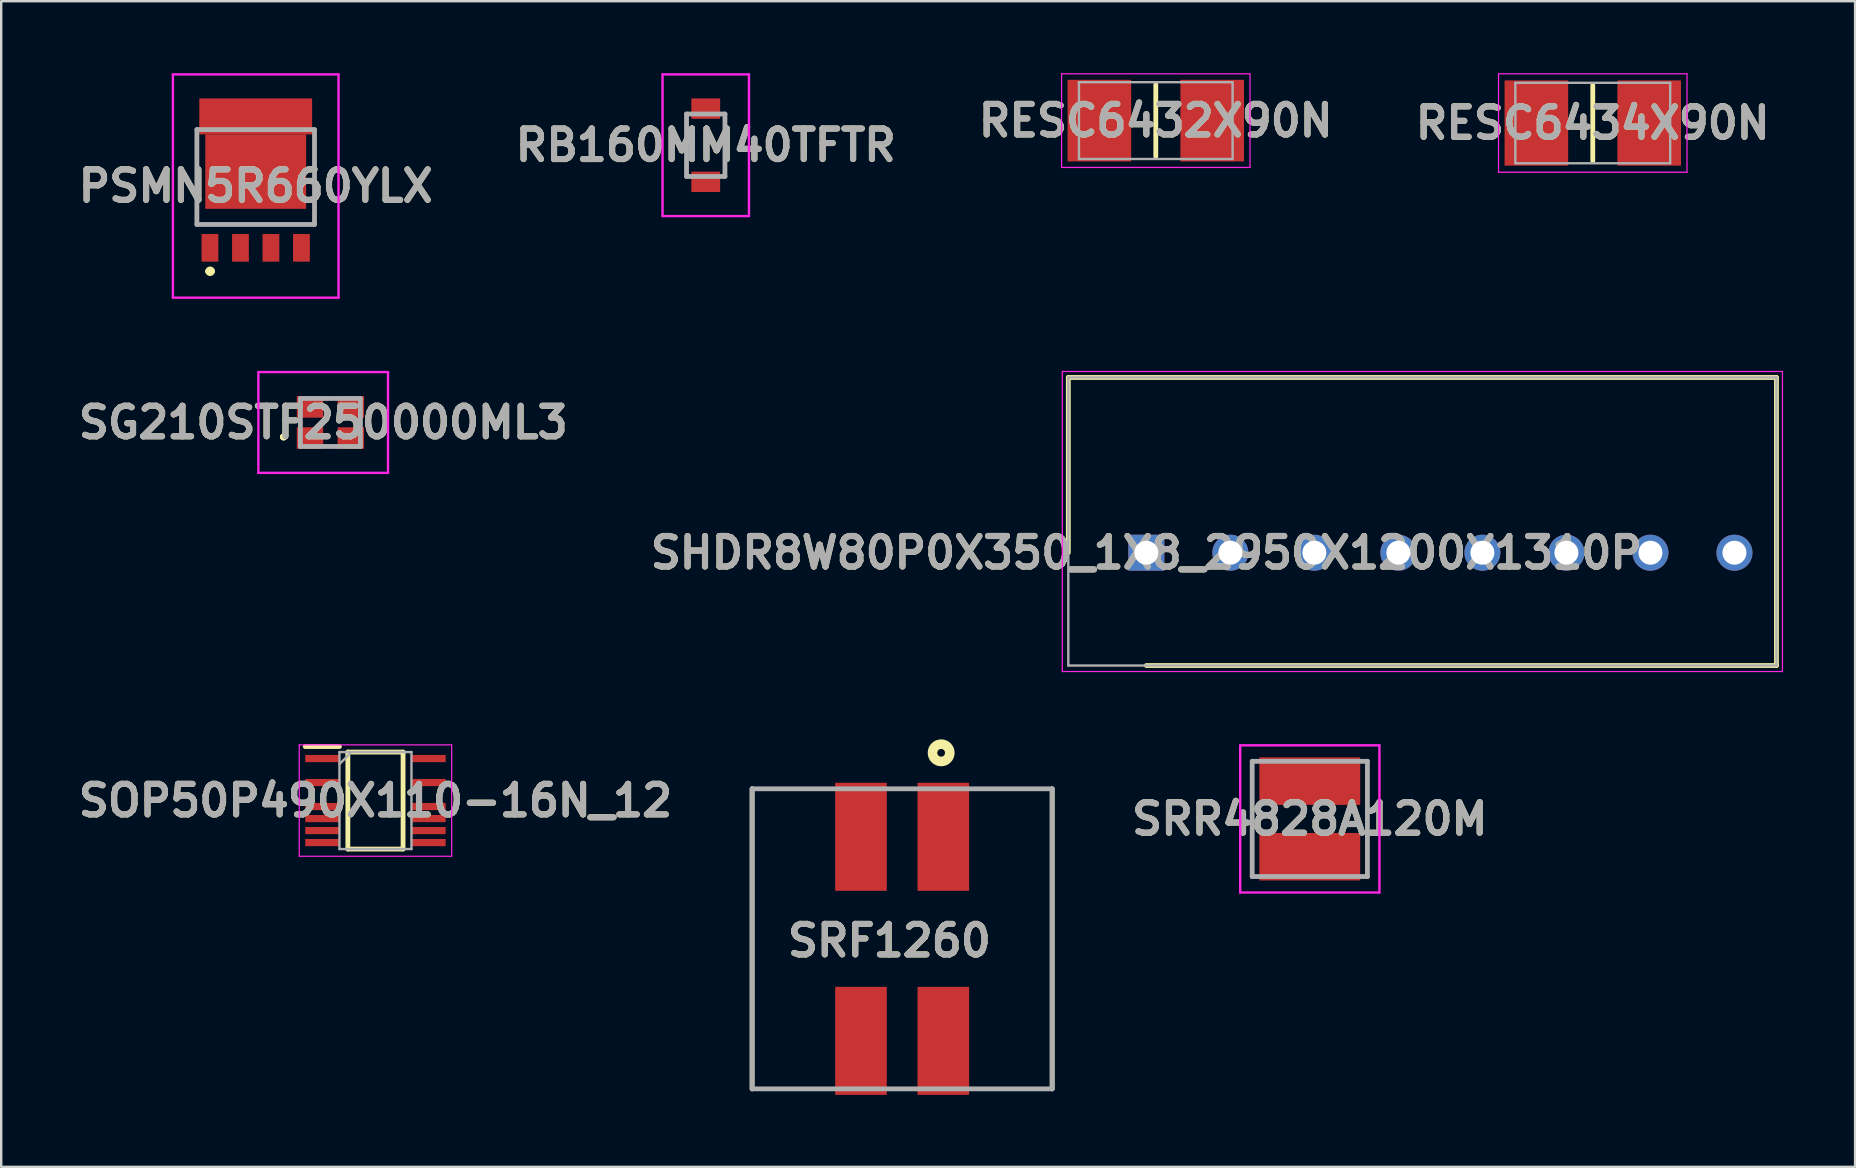
<source format=kicad_pcb>
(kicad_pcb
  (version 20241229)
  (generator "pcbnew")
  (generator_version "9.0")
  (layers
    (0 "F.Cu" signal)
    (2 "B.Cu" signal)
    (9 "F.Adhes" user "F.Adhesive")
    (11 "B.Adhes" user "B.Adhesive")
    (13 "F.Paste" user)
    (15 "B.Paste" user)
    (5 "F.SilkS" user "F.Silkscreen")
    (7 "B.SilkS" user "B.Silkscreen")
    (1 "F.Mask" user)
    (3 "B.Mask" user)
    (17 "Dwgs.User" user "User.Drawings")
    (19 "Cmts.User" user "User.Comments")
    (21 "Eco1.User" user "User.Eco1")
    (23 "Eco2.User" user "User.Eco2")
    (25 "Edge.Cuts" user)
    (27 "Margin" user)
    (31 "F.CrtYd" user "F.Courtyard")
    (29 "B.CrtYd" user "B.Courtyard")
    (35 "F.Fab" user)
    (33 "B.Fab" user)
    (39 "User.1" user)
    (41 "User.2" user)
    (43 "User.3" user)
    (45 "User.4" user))
  (footprint "SRF1260"
    (layer "F.Cu")
    (at 34.532 36.06)
    (property "Reference" "SRF1260" (at -0.532 0.074 0) (layer "F.SilkS") (effects (font (size 1.27 1.27) (thickness 0.254))))
    (attr smd)
    (fp_line (start -6.25 -6.25) (end -6.25 6.25) (stroke (width 0.2) (type solid)) (layer "F.SilkS"))
    (fp_line (start 6.25 -6.25) (end 6.25 6.25) (stroke (width 0.2) (type solid)) (layer "F.SilkS"))
    (fp_circle (center 1.625 -7.749) (end 1.625 -7.588) (stroke (width 0.4) (type solid)) (fill no) (layer "F.SilkS"))
    (fp_line (start -6.25 -6.25) (end 6.25 -6.25) (stroke (width 0.2) (type solid)) (layer "F.Fab"))
    (fp_line (start -6.25 6.25) (end -6.25 -6.25) (stroke (width 0.2) (type solid)) (layer "F.Fab"))
    (fp_line (start 6.25 -6.25) (end 6.25 6.25) (stroke (width 0.2) (type solid)) (layer "F.Fab"))
    (fp_line (start 6.25 6.25) (end -6.25 6.25) (stroke (width 0.2) (type solid)) (layer "F.Fab"))
    (fp_text user "${REFERENCE}" (at -0.532 0.074 0) (layer "F.Fab") (effects (font (size 1.27 1.27) (thickness 0.254))))
    (pad "1" smd rect (at 1.715 -4.25) (size 2.15 4.5) (layers "F.Cu" "F.Mask" "F.Paste"))
    (pad "2" smd rect (at -1.715 -4.25) (size 2.15 4.5) (layers "F.Cu" "F.Mask" "F.Paste"))
    (pad "3" smd rect (at -1.715 4.25) (size 2.15 4.5) (layers "F.Cu" "F.Mask" "F.Paste"))
    (pad "4" smd rect (at 1.715 4.25) (size 2.15 4.5) (layers "F.Cu" "F.Mask" "F.Paste")))
  (footprint "SOP50P490X110-16N_12"
    (layer "F.Cu")
    (at 12.591 30.3)
    (property "Reference" "SOP50P490X110-16N_12" (at 0 0 0) (layer "F.SilkS") (effects (font (size 1.27 1.27) (thickness 0.254))))
    (attr smd)
    (fp_line (start -2.925 -2.25) (end -1.5 -2.25) (stroke (width 0.2) (type solid)) (layer "F.SilkS"))
    (fp_line (start -1.15 -2.02) (end 1.15 -2.02) (stroke (width 0.2) (type solid)) (layer "F.SilkS"))
    (fp_line (start -1.15 2.02) (end -1.15 -2.02) (stroke (width 0.2) (type solid)) (layer "F.SilkS"))
    (fp_line (start 1.15 -2.02) (end 1.15 2.02) (stroke (width 0.2) (type solid)) (layer "F.SilkS"))
    (fp_line (start 1.15 2.02) (end -1.15 2.02) (stroke (width 0.2) (type solid)) (layer "F.SilkS"))
    (fp_line (start -3.175 -2.32) (end 3.175 -2.32) (stroke (width 0.05) (type solid)) (layer "F.CrtYd"))
    (fp_line (start -3.175 2.32) (end -3.175 -2.32) (stroke (width 0.05) (type solid)) (layer "F.CrtYd"))
    (fp_line (start 3.175 -2.32) (end 3.175 2.32) (stroke (width 0.05) (type solid)) (layer "F.CrtYd"))
    (fp_line (start 3.175 2.32) (end -3.175 2.32) (stroke (width 0.05) (type solid)) (layer "F.CrtYd"))
    (fp_line (start -1.5 -2.02) (end 1.5 -2.02) (stroke (width 0.1) (type solid)) (layer "F.Fab"))
    (fp_line (start -1.5 -1.52) (end -1 -2.02) (stroke (width 0.1) (type solid)) (layer "F.Fab"))
    (fp_line (start -1.5 2.02) (end -1.5 -2.02) (stroke (width 0.1) (type solid)) (layer "F.Fab"))
    (fp_line (start 1.5 -2.02) (end 1.5 2.02) (stroke (width 0.1) (type solid)) (layer "F.Fab"))
    (fp_line (start 1.5 2.02) (end -1.5 2.02) (stroke (width 0.1) (type solid)) (layer "F.Fab"))
    (fp_text user "${REFERENCE}" (at 0 0 0) (layer "F.Fab") (effects (font (size 1.27 1.27) (thickness 0.254))))
    (pad "1" smd rect (at -2.212 -1.75 90) (size 0.3 1.425) (layers "F.Cu" "F.Mask" "F.Paste"))
    (pad "3" smd rect (at -2.212 -0.75 90) (size 0.3 1.425) (layers "F.Cu" "F.Mask" "F.Paste"))
    (pad "5" smd rect (at -2.212 0.25 90) (size 0.3 1.425) (layers "F.Cu" "F.Mask" "F.Paste"))
    (pad "6" smd rect (at -2.212 0.75 90) (size 0.3 1.425) (layers "F.Cu" "F.Mask" "F.Paste"))
    (pad "7" smd rect (at -2.212 1.25 90) (size 0.3 1.425) (layers "F.Cu" "F.Mask" "F.Paste"))
    (pad "8" smd rect (at -2.212 1.75 90) (size 0.3 1.425) (layers "F.Cu" "F.Mask" "F.Paste"))
    (pad "9" smd rect (at 2.212 1.75 90) (size 0.3 1.425) (layers "F.Cu" "F.Mask" "F.Paste"))
    (pad "10" smd rect (at 2.212 1.25 90) (size 0.3 1.425) (layers "F.Cu" "F.Mask" "F.Paste"))
    (pad "11" smd rect (at 2.212 0.75 90) (size 0.3 1.425) (layers "F.Cu" "F.Mask" "F.Paste"))
    (pad "12" smd rect (at 2.212 0.25 90) (size 0.3 1.425) (layers "F.Cu" "F.Mask" "F.Paste"))
    (pad "14" smd rect (at 2.212 -0.75 90) (size 0.3 1.425) (layers "F.Cu" "F.Mask" "F.Paste"))
    (pad "16" smd rect (at 2.212 -1.75 90) (size 0.3 1.425) (layers "F.Cu" "F.Mask" "F.Paste")))
  (footprint "RESC6432X90N"
    (layer "F.Cu")
    (at 45.098 1.975)
    (property "Reference" "RESC6432X90N" (at 0 0 0) (layer "F.SilkS") (effects (font (size 1.27 1.27) (thickness 0.254))))
    (attr smd)
    (fp_line (start 0 -1.5) (end 0 1.5) (stroke (width 0.2) (type solid)) (layer "F.SilkS"))
    (fp_line (start -3.925 -1.95) (end 3.925 -1.95) (stroke (width 0.05) (type solid)) (layer "F.CrtYd"))
    (fp_line (start -3.925 1.95) (end -3.925 -1.95) (stroke (width 0.05) (type solid)) (layer "F.CrtYd"))
    (fp_line (start 3.925 -1.95) (end 3.925 1.95) (stroke (width 0.05) (type solid)) (layer "F.CrtYd"))
    (fp_line (start 3.925 1.95) (end -3.925 1.95) (stroke (width 0.05) (type solid)) (layer "F.CrtYd"))
    (fp_line (start -3.2 -1.6) (end 3.2 -1.6) (stroke (width 0.1) (type solid)) (layer "F.Fab"))
    (fp_line (start -3.2 1.6) (end -3.2 -1.6) (stroke (width 0.1) (type solid)) (layer "F.Fab"))
    (fp_line (start 3.2 -1.6) (end 3.2 1.6) (stroke (width 0.1) (type solid)) (layer "F.Fab"))
    (fp_line (start 3.2 1.6) (end -3.2 1.6) (stroke (width 0.1) (type solid)) (layer "F.Fab"))
    (fp_text user "${REFERENCE}" (at 0 0 0) (layer "F.Fab") (effects (font (size 1.27 1.27) (thickness 0.254))))
    (pad "1" smd rect (at -2.35 0) (size 2.65 3.4) (layers "F.Cu" "F.Mask" "F.Paste"))
    (pad "2" smd rect (at 2.35 0) (size 2.65 3.4) (layers "F.Cu" "F.Mask" "F.Paste")))
  (footprint "PSMN5R660YLX"
    (layer "F.Cu")
    (at 7.602 2.35)
    (property "Reference" "PSMN5R660YLX" (at 0 2.35 0) (layer "F.SilkS") (effects (font (size 1.27 1.27) (thickness 0.254))))
    (attr smd)
    (fp_line (start -2.45 0.5) (end -2.45 3.95) (stroke (width 0.1) (type solid)) (layer "F.SilkS"))
    (fp_line (start -2.45 3.95) (end 2.45 3.95) (stroke (width 0.1) (type solid)) (layer "F.SilkS"))
    (fp_line (start -2 5.9) (end -2 5.9) (stroke (width 0.2) (type solid)) (layer "F.SilkS"))
    (fp_line (start -1.8 5.9) (end -1.8 5.9) (stroke (width 0.2) (type solid)) (layer "F.SilkS"))
    (fp_line (start 2.45 3.95) (end 2.45 0.5) (stroke (width 0.1) (type solid)) (layer "F.SilkS"))
    (fp_arc (start -2 5.9) (mid -1.9 5.8) (end -1.8 5.9) (stroke (width 0.2) (type solid)) (layer "F.SilkS"))
    (fp_arc (start -1.8 5.9) (mid -1.9 6) (end -2 5.9) (stroke (width 0.2) (type solid)) (layer "F.SilkS"))
    (fp_line (start -3.45 -2.3) (end 3.45 -2.3) (stroke (width 0.1) (type solid)) (layer "F.CrtYd"))
    (fp_line (start -3.45 7) (end -3.45 -2.3) (stroke (width 0.1) (type solid)) (layer "F.CrtYd"))
    (fp_line (start 3.45 -2.3) (end 3.45 7) (stroke (width 0.1) (type solid)) (layer "F.CrtYd"))
    (fp_line (start 3.45 7) (end -3.45 7) (stroke (width 0.1) (type solid)) (layer "F.CrtYd"))
    (fp_line (start -2.45 0) (end 2.45 0) (stroke (width 0.2) (type solid)) (layer "F.Fab"))
    (fp_line (start -2.45 3.95) (end -2.45 0) (stroke (width 0.2) (type solid)) (layer "F.Fab"))
    (fp_line (start 2.45 0) (end 2.45 3.95) (stroke (width 0.2) (type solid)) (layer "F.Fab"))
    (fp_line (start 2.45 3.95) (end -2.45 3.95) (stroke (width 0.2) (type solid)) (layer "F.Fab"))
    (fp_text user "${REFERENCE}" (at 0 2.35 0) (layer "F.Fab") (effects (font (size 1.27 1.27) (thickness 0.254))))
    (pad "1" smd rect (at -1.905 4.925) (size 0.7 1.15) (layers "F.Cu" "F.Mask" "F.Paste"))
    (pad "2" smd rect (at -0.635 4.925) (size 0.7 1.15) (layers "F.Cu" "F.Mask" "F.Paste"))
    (pad "3" smd rect (at 0.635 4.925) (size 0.7 1.15) (layers "F.Cu" "F.Mask" "F.Paste"))
    (pad "4" smd rect (at 1.905 4.925) (size 0.7 1.15) (layers "F.Cu" "F.Mask" "F.Paste"))
    (pad "5" smd rect (at 0 1.75 90) (size 3.1 4.2) (layers "F.Cu" "F.Mask" "F.Paste"))
    (pad "6" smd rect (at 0 -0.55 90) (size 1.5 4.7) (layers "F.Cu" "F.Mask" "F.Paste")))
  (footprint "SRR4828A120M"
    (layer "F.Cu")
    (at 51.514 31.065)
    (property "Reference" "SRR4828A120M" (at 0 0 0) (layer "F.SilkS") (effects (font (size 1.27 1.27) (thickness 0.254))))
    (attr smd)
    (fp_line (start -2.4 -0.2) (end -2.4 0.2) (stroke (width 0.1) (type solid)) (layer "F.SilkS"))
    (fp_line (start 2.4 -0.2) (end 2.4 0.2) (stroke (width 0.1) (type solid)) (layer "F.SilkS"))
    (fp_line (start -2.9 -3.065) (end 2.9 -3.065) (stroke (width 0.1) (type solid)) (layer "F.CrtYd"))
    (fp_line (start -2.9 3.065) (end -2.9 -3.065) (stroke (width 0.1) (type solid)) (layer "F.CrtYd"))
    (fp_line (start 2.9 -3.065) (end 2.9 3.065) (stroke (width 0.1) (type solid)) (layer "F.CrtYd"))
    (fp_line (start 2.9 3.065) (end -2.9 3.065) (stroke (width 0.1) (type solid)) (layer "F.CrtYd"))
    (fp_line (start -2.4 -2.4) (end 2.4 -2.4) (stroke (width 0.2) (type solid)) (layer "F.Fab"))
    (fp_line (start -2.4 2.4) (end -2.4 -2.4) (stroke (width 0.2) (type solid)) (layer "F.Fab"))
    (fp_line (start 2.4 -2.4) (end 2.4 2.4) (stroke (width 0.2) (type solid)) (layer "F.Fab"))
    (fp_line (start 2.4 2.4) (end -2.4 2.4) (stroke (width 0.2) (type solid)) (layer "F.Fab"))
    (fp_text user "${REFERENCE}" (at 0 0 0) (layer "F.Fab") (effects (font (size 1.27 1.27) (thickness 0.254))))
    (pad "1" smd rect (at 0 -1.575 90) (size 1.98 4.2) (layers "F.Cu" "F.Mask" "F.Paste"))
    (pad "2" smd rect (at 0 1.575 90) (size 1.98 4.2) (layers "F.Cu" "F.Mask" "F.Paste")))
  (footprint "SHDR8W80P0X350_1X8_2950X1200X1310P"
    (layer "F.Cu")
    (at 44.704 19.975)
    (property "Reference" "SHDR8W80P0X350_1X8_2950X1200X1310P" (at 0 0 0) (layer "F.SilkS") (effects (font (size 1.27 1.27) (thickness 0.254))))
    (attr through_hole)
    (fp_line (start -3.25 -7.3) (end -3.25 0) (stroke (width 0.2) (type solid)) (layer "F.SilkS"))
    (fp_line (start 0 4.7) (end 26.25 4.7) (stroke (width 0.2) (type solid)) (layer "F.SilkS"))
    (fp_line (start 26.25 -7.3) (end -3.25 -7.3) (stroke (width 0.2) (type solid)) (layer "F.SilkS"))
    (fp_line (start 26.25 4.7) (end 26.25 -7.3) (stroke (width 0.2) (type solid)) (layer "F.SilkS"))
    (fp_line (start -3.5 -7.55) (end 26.5 -7.55) (stroke (width 0.05) (type solid)) (layer "F.CrtYd"))
    (fp_line (start -3.5 4.95) (end -3.5 -7.55) (stroke (width 0.05) (type solid)) (layer "F.CrtYd"))
    (fp_line (start 26.5 -7.55) (end 26.5 4.95) (stroke (width 0.05) (type solid)) (layer "F.CrtYd"))
    (fp_line (start 26.5 4.95) (end -3.5 4.95) (stroke (width 0.05) (type solid)) (layer "F.CrtYd"))
    (fp_line (start -3.25 -7.3) (end 26.25 -7.3) (stroke (width 0.1) (type solid)) (layer "F.Fab"))
    (fp_line (start -3.25 4.7) (end -3.25 -7.3) (stroke (width 0.1) (type solid)) (layer "F.Fab"))
    (fp_line (start 26.25 -7.3) (end 26.25 4.7) (stroke (width 0.1) (type solid)) (layer "F.Fab"))
    (fp_line (start 26.25 4.7) (end -3.25 4.7) (stroke (width 0.1) (type solid)) (layer "F.Fab"))
    (fp_text user "${REFERENCE}" (at 0 0 0) (layer "F.Fab") (effects (font (size 1.27 1.27) (thickness 0.254))))
    (pad "1" thru_hole rect (at 0 0) (size 1.5 1.5) (drill 1) (layers "*.Cu" "*.Mask"))
    (pad "2" thru_hole circle (at 3.5 0) (size 1.5 1.5) (drill 1) (layers "*.Cu" "*.Mask"))
    (pad "3" thru_hole circle (at 7 0) (size 1.5 1.5) (drill 1) (layers "*.Cu" "*.Mask"))
    (pad "4" thru_hole circle (at 10.5 0) (size 1.5 1.5) (drill 1) (layers "*.Cu" "*.Mask"))
    (pad "5" thru_hole circle (at 14 0) (size 1.5 1.5) (drill 1) (layers "*.Cu" "*.Mask"))
    (pad "6" thru_hole circle (at 17.5 0) (size 1.5 1.5) (drill 1) (layers "*.Cu" "*.Mask"))
    (pad "7" thru_hole circle (at 21 0) (size 1.5 1.5) (drill 1) (layers "*.Cu" "*.Mask"))
    (pad "8" thru_hole circle (at 24.5 0) (size 1.5 1.5) (drill 1) (layers "*.Cu" "*.Mask")))
  (footprint "RB160MM40TFTR"
    (layer "F.Cu")
    (at 26.35 3)
    (property "Reference" "RB160MM40TFTR" (at 0 0 0) (layer "F.SilkS") (effects (font (size 1.27 1.27) (thickness 0.254))))
    (attr smd)
    (fp_line (start -0.8 -1.3) (end -0.8 1.3) (stroke (width 0.1) (type solid)) (layer "F.SilkS"))
    (fp_line (start 0.8 -1) (end 0.8 1) (stroke (width 0.1) (type solid)) (layer "F.SilkS"))
    (fp_line (start -1.8 -2.95) (end 1.8 -2.95) (stroke (width 0.1) (type solid)) (layer "F.CrtYd"))
    (fp_line (start -1.8 2.95) (end -1.8 -2.95) (stroke (width 0.1) (type solid)) (layer "F.CrtYd"))
    (fp_line (start 1.8 -2.95) (end 1.8 2.95) (stroke (width 0.1) (type solid)) (layer "F.CrtYd"))
    (fp_line (start 1.8 2.95) (end -1.8 2.95) (stroke (width 0.1) (type solid)) (layer "F.CrtYd"))
    (fp_line (start -0.8 -1.3) (end 0.8 -1.3) (stroke (width 0.2) (type solid)) (layer "F.Fab"))
    (fp_line (start -0.8 1.3) (end -0.8 -1.3) (stroke (width 0.2) (type solid)) (layer "F.Fab"))
    (fp_line (start 0.8 -1.3) (end 0.8 1.3) (stroke (width 0.2) (type solid)) (layer "F.Fab"))
    (fp_line (start 0.8 1.3) (end -0.8 1.3) (stroke (width 0.2) (type solid)) (layer "F.Fab"))
    (fp_text user "${REFERENCE}" (at 0 0 0) (layer "F.Fab") (effects (font (size 1.27 1.27) (thickness 0.254))))
    (pad "1" smd rect (at 0 -1.525 90) (size 0.85 1.2) (layers "F.Cu" "F.Mask" "F.Paste"))
    (pad "2" smd rect (at 0 1.525 90) (size 0.85 1.2) (layers "F.Cu" "F.Mask" "F.Paste")))
  (footprint "SG210STF250000ML3"
    (layer "F.Cu")
    (at 10.714 14.55)
    (property "Reference" "SG210STF250000ML3" (at -0.3 0 0) (layer "F.SilkS") (effects (font (size 1.27 1.27) (thickness 0.254))))
    (attr smd)
    (fp_line (start -2 0.6) (end -2 0.6) (stroke (width 0.2) (type solid)) (layer "F.SilkS"))
    (fp_line (start -2 0.6) (end -2 0.6) (stroke (width 0.2) (type solid)) (layer "F.SilkS"))
    (fp_line (start -1.9 0.6) (end -1.9 0.6) (stroke (width 0.2) (type solid)) (layer "F.SilkS"))
    (fp_arc (start -2 0.6) (mid -1.95 0.55) (end -1.9 0.6) (stroke (width 0.2) (type solid)) (layer "F.SilkS"))
    (fp_arc (start -1.9 0.6) (mid -1.95 0.65) (end -2 0.6) (stroke (width 0.2) (type solid)) (layer "F.SilkS"))
    (fp_arc (start -1.9 0.6) (mid -1.95 0.65) (end -2 0.6) (stroke (width 0.2) (type solid)) (layer "F.SilkS"))
    (fp_line (start -3 -2.1) (end 2.4 -2.1) (stroke (width 0.1) (type solid)) (layer "F.CrtYd"))
    (fp_line (start -3 2.1) (end -3 -2.1) (stroke (width 0.1) (type solid)) (layer "F.CrtYd"))
    (fp_line (start 2.4 -2.1) (end 2.4 2.1) (stroke (width 0.1) (type solid)) (layer "F.CrtYd"))
    (fp_line (start 2.4 2.1) (end -3 2.1) (stroke (width 0.1) (type solid)) (layer "F.CrtYd"))
    (fp_line (start -1.25 -1) (end -1.25 1) (stroke (width 0.2) (type solid)) (layer "F.Fab"))
    (fp_line (start -1.25 1) (end 1.25 1) (stroke (width 0.2) (type solid)) (layer "F.Fab"))
    (fp_line (start 1.25 -1) (end -1.25 -1) (stroke (width 0.2) (type solid)) (layer "F.Fab"))
    (fp_line (start 1.25 1) (end 1.25 -1) (stroke (width 0.2) (type solid)) (layer "F.Fab"))
    (fp_text user "${REFERENCE}" (at -0.3 0 0) (layer "F.Fab") (effects (font (size 1.27 1.27) (thickness 0.254))))
    (pad "1" smd rect (at -0.85 0.65 90) (size 0.9 1.1) (layers "F.Cu" "F.Mask" "F.Paste"))
    (pad "2" smd rect (at 0.85 0.65 90) (size 0.9 1.1) (layers "F.Cu" "F.Mask" "F.Paste"))
    (pad "3" smd rect (at 0.85 -0.65 90) (size 0.9 1.1) (layers "F.Cu" "F.Mask" "F.Paste"))
    (pad "4" smd rect (at -0.85 -0.65 90) (size 0.9 1.1) (layers "F.Cu" "F.Mask" "F.Paste")))
  (footprint "RESC6434X90N"
    (layer "F.Cu")
    (at 63.302 2.075)
    (property "Reference" "RESC6434X90N" (at 0 0 0) (layer "F.SilkS") (effects (font (size 1.27 1.27) (thickness 0.254))))
    (attr smd)
    (fp_line (start 0 -1.575) (end 0 1.575) (stroke (width 0.2) (type solid)) (layer "F.SilkS"))
    (fp_line (start -3.925 -2.05) (end 3.925 -2.05) (stroke (width 0.05) (type solid)) (layer "F.CrtYd"))
    (fp_line (start -3.925 2.05) (end -3.925 -2.05) (stroke (width 0.05) (type solid)) (layer "F.CrtYd"))
    (fp_line (start 3.925 -2.05) (end 3.925 2.05) (stroke (width 0.05) (type solid)) (layer "F.CrtYd"))
    (fp_line (start 3.925 2.05) (end -3.925 2.05) (stroke (width 0.05) (type solid)) (layer "F.CrtYd"))
    (fp_line (start -3.225 -1.675) (end 3.225 -1.675) (stroke (width 0.1) (type solid)) (layer "F.Fab"))
    (fp_line (start -3.225 1.675) (end -3.225 -1.675) (stroke (width 0.1) (type solid)) (layer "F.Fab"))
    (fp_line (start 3.225 -1.675) (end 3.225 1.675) (stroke (width 0.1) (type solid)) (layer "F.Fab"))
    (fp_line (start 3.225 1.675) (end -3.225 1.675) (stroke (width 0.1) (type solid)) (layer "F.Fab"))
    (fp_text user "${REFERENCE}" (at 0 0 0) (layer "F.Fab") (effects (font (size 1.27 1.27) (thickness 0.254))))
    (pad "1" smd rect (at -2.35 0) (size 2.65 3.55) (layers "F.Cu" "F.Mask" "F.Paste"))
    (pad "2" smd rect (at 2.35 0) (size 2.65 3.55) (layers "F.Cu" "F.Mask" "F.Paste")))
  (gr_rect
    (start -3 -3)
    (end 74.229 45.56)
    (stroke (width 0.1) (type default))
    (fill no)
    (layer "Edge.Cuts")))
</source>
